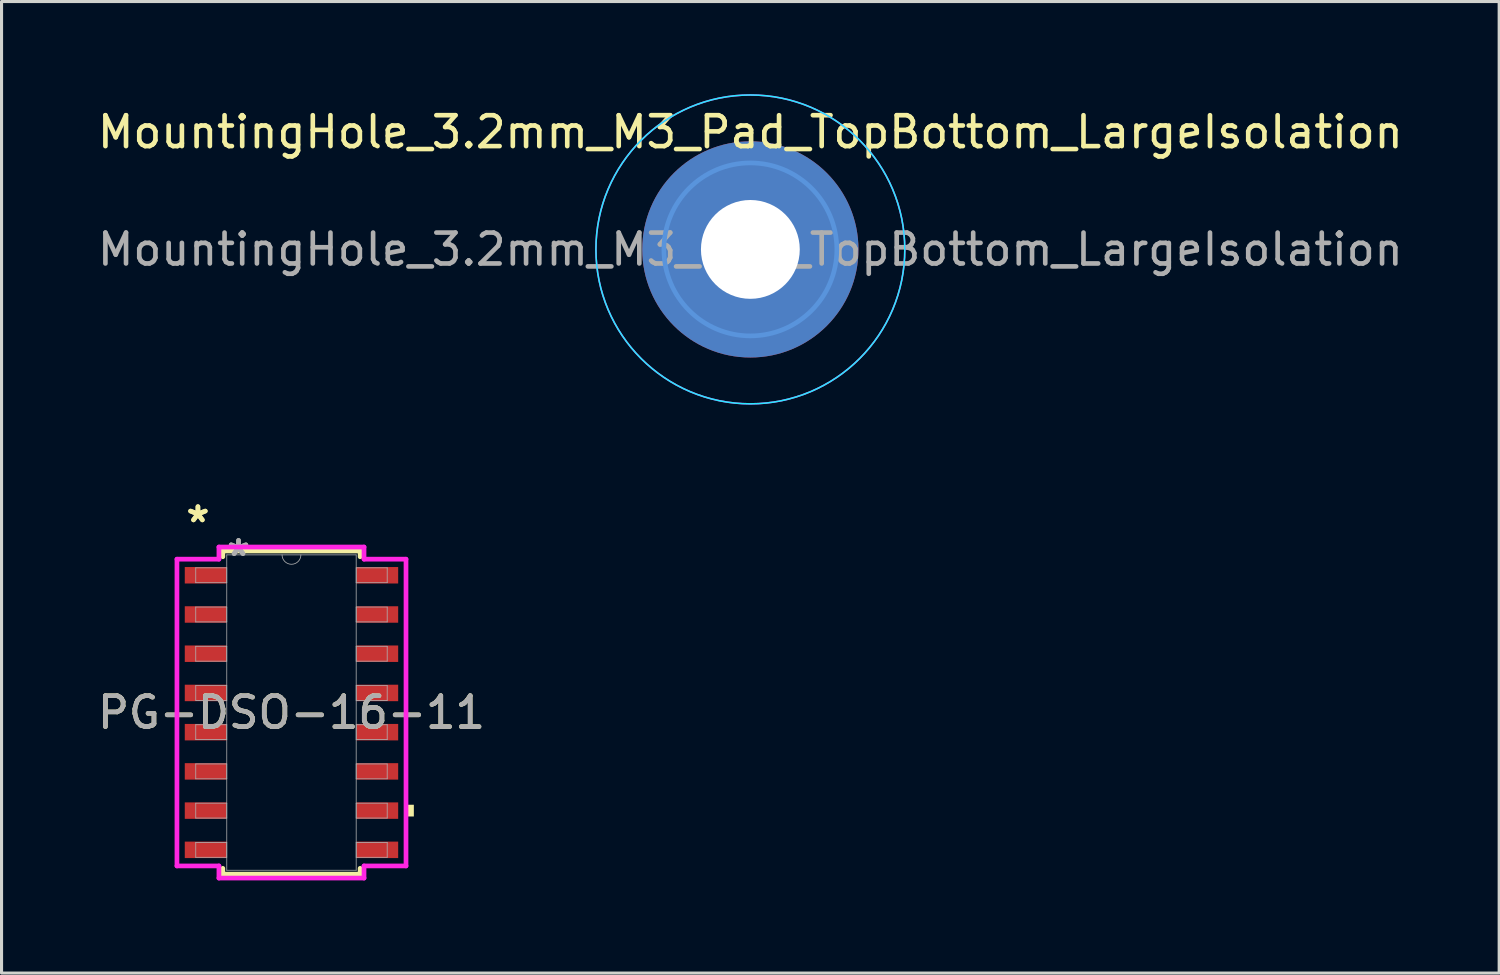
<source format=kicad_pcb>
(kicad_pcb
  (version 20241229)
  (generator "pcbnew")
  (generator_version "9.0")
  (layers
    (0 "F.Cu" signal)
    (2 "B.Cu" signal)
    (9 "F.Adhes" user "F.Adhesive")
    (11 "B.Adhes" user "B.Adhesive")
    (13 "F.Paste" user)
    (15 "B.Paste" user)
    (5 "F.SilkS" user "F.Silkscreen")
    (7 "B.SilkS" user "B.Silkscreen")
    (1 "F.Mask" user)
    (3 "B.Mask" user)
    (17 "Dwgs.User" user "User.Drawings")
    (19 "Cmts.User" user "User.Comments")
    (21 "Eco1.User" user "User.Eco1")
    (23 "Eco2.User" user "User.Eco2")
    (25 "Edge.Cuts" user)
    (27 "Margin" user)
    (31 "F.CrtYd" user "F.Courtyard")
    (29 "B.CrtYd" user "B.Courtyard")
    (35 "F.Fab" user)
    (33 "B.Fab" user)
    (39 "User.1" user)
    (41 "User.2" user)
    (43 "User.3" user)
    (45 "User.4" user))
  (footprint "PG-DSO-16-11"
    (layer "F.Cu")
    (at 6.387 20.02)
    (property "Reference" "PG-DSO-16-11" (at 0 0 0) (unlocked yes) (layer "F.SilkS") (effects (font (size 1 1) (thickness 0.15))))
    (attr smd)
    (fp_line (start -2.223 -5.232) (end -2.223 -5.044) (stroke (width 0.152) (type solid)) (layer "F.SilkS"))
    (fp_line (start -2.223 5.044) (end -2.223 5.232) (stroke (width 0.152) (type solid)) (layer "F.SilkS"))
    (fp_line (start -2.223 5.232) (end 2.223 5.232) (stroke (width 0.152) (type solid)) (layer "F.SilkS"))
    (fp_line (start 2.223 -5.232) (end -2.223 -5.232) (stroke (width 0.152) (type solid)) (layer "F.SilkS"))
    (fp_line (start 2.223 -5.044) (end 2.223 -5.232) (stroke (width 0.152) (type solid)) (layer "F.SilkS"))
    (fp_line (start 2.223 5.232) (end 2.223 5.044) (stroke (width 0.152) (type solid)) (layer "F.SilkS"))
    (fp_poly (pts (xy 3.962 2.985) (xy 3.962 3.365) (xy 3.708 3.365) (xy 3.708 2.985)) (stroke (width 0) (type solid)) (fill yes) (layer "F.SilkS"))
    (fp_line (start -3.708 -4.966) (end -2.349 -4.966) (stroke (width 0.152) (type solid)) (layer "F.CrtYd"))
    (fp_line (start -3.708 4.966) (end -3.708 -4.966) (stroke (width 0.152) (type solid)) (layer "F.CrtYd"))
    (fp_line (start -3.708 4.966) (end -2.349 4.966) (stroke (width 0.152) (type solid)) (layer "F.CrtYd"))
    (fp_line (start -2.349 -5.359) (end 2.349 -5.359) (stroke (width 0.152) (type solid)) (layer "F.CrtYd"))
    (fp_line (start -2.349 -4.966) (end -2.349 -5.359) (stroke (width 0.152) (type solid)) (layer "F.CrtYd"))
    (fp_line (start -2.349 5.359) (end -2.349 4.966) (stroke (width 0.152) (type solid)) (layer "F.CrtYd"))
    (fp_line (start 2.349 -5.359) (end 2.349 -4.966) (stroke (width 0.152) (type solid)) (layer "F.CrtYd"))
    (fp_line (start 2.349 4.966) (end 2.349 5.359) (stroke (width 0.152) (type solid)) (layer "F.CrtYd"))
    (fp_line (start 2.349 5.359) (end -2.349 5.359) (stroke (width 0.152) (type solid)) (layer "F.CrtYd"))
    (fp_line (start 3.708 -4.966) (end 2.349 -4.966) (stroke (width 0.152) (type solid)) (layer "F.CrtYd"))
    (fp_line (start 3.708 -4.966) (end 3.708 4.966) (stroke (width 0.152) (type solid)) (layer "F.CrtYd"))
    (fp_line (start 3.708 4.966) (end 2.349 4.966) (stroke (width 0.152) (type solid)) (layer "F.CrtYd"))
    (fp_line (start -3.099 -4.686) (end -3.099 -4.204) (stroke (width 0.025) (type solid)) (layer "F.Fab"))
    (fp_line (start -3.099 -4.204) (end -2.095 -4.204) (stroke (width 0.025) (type solid)) (layer "F.Fab"))
    (fp_line (start -3.099 -3.416) (end -3.099 -2.934) (stroke (width 0.025) (type solid)) (layer "F.Fab"))
    (fp_line (start -3.099 -2.934) (end -2.095 -2.934) (stroke (width 0.025) (type solid)) (layer "F.Fab"))
    (fp_line (start -3.099 -2.146) (end -3.099 -1.664) (stroke (width 0.025) (type solid)) (layer "F.Fab"))
    (fp_line (start -3.099 -1.664) (end -2.095 -1.664) (stroke (width 0.025) (type solid)) (layer "F.Fab"))
    (fp_line (start -3.099 -0.876) (end -3.099 -0.394) (stroke (width 0.025) (type solid)) (layer "F.Fab"))
    (fp_line (start -3.099 -0.394) (end -2.095 -0.394) (stroke (width 0.025) (type solid)) (layer "F.Fab"))
    (fp_line (start -3.099 0.394) (end -3.099 0.876) (stroke (width 0.025) (type solid)) (layer "F.Fab"))
    (fp_line (start -3.099 0.876) (end -2.095 0.876) (stroke (width 0.025) (type solid)) (layer "F.Fab"))
    (fp_line (start -3.099 1.664) (end -3.099 2.146) (stroke (width 0.025) (type solid)) (layer "F.Fab"))
    (fp_line (start -3.099 2.146) (end -2.095 2.146) (stroke (width 0.025) (type solid)) (layer "F.Fab"))
    (fp_line (start -3.099 2.934) (end -3.099 3.416) (stroke (width 0.025) (type solid)) (layer "F.Fab"))
    (fp_line (start -3.099 3.416) (end -2.095 3.416) (stroke (width 0.025) (type solid)) (layer "F.Fab"))
    (fp_line (start -3.099 4.204) (end -3.099 4.686) (stroke (width 0.025) (type solid)) (layer "F.Fab"))
    (fp_line (start -3.099 4.686) (end -2.095 4.686) (stroke (width 0.025) (type solid)) (layer "F.Fab"))
    (fp_line (start -2.095 -5.105) (end -2.095 5.105) (stroke (width 0.025) (type solid)) (layer "F.Fab"))
    (fp_line (start -2.095 -4.686) (end -3.099 -4.686) (stroke (width 0.025) (type solid)) (layer "F.Fab"))
    (fp_line (start -2.095 -4.204) (end -2.095 -4.686) (stroke (width 0.025) (type solid)) (layer "F.Fab"))
    (fp_line (start -2.095 -3.416) (end -3.099 -3.416) (stroke (width 0.025) (type solid)) (layer "F.Fab"))
    (fp_line (start -2.095 -2.934) (end -2.095 -3.416) (stroke (width 0.025) (type solid)) (layer "F.Fab"))
    (fp_line (start -2.095 -2.146) (end -3.099 -2.146) (stroke (width 0.025) (type solid)) (layer "F.Fab"))
    (fp_line (start -2.095 -1.664) (end -2.095 -2.146) (stroke (width 0.025) (type solid)) (layer "F.Fab"))
    (fp_line (start -2.095 -0.876) (end -3.099 -0.876) (stroke (width 0.025) (type solid)) (layer "F.Fab"))
    (fp_line (start -2.095 -0.394) (end -2.095 -0.876) (stroke (width 0.025) (type solid)) (layer "F.Fab"))
    (fp_line (start -2.095 0.394) (end -3.099 0.394) (stroke (width 0.025) (type solid)) (layer "F.Fab"))
    (fp_line (start -2.095 0.876) (end -2.095 0.394) (stroke (width 0.025) (type solid)) (layer "F.Fab"))
    (fp_line (start -2.095 1.664) (end -3.099 1.664) (stroke (width 0.025) (type solid)) (layer "F.Fab"))
    (fp_line (start -2.095 2.146) (end -2.095 1.664) (stroke (width 0.025) (type solid)) (layer "F.Fab"))
    (fp_line (start -2.095 2.934) (end -3.099 2.934) (stroke (width 0.025) (type solid)) (layer "F.Fab"))
    (fp_line (start -2.095 3.416) (end -2.095 2.934) (stroke (width 0.025) (type solid)) (layer "F.Fab"))
    (fp_line (start -2.095 4.204) (end -3.099 4.204) (stroke (width 0.025) (type solid)) (layer "F.Fab"))
    (fp_line (start -2.095 4.686) (end -2.095 4.204) (stroke (width 0.025) (type solid)) (layer "F.Fab"))
    (fp_line (start -2.095 5.105) (end 2.095 5.105) (stroke (width 0.025) (type solid)) (layer "F.Fab"))
    (fp_line (start 2.095 -5.105) (end -2.095 -5.105) (stroke (width 0.025) (type solid)) (layer "F.Fab"))
    (fp_line (start 2.095 -4.686) (end 2.095 -4.204) (stroke (width 0.025) (type solid)) (layer "F.Fab"))
    (fp_line (start 2.095 -4.204) (end 3.099 -4.204) (stroke (width 0.025) (type solid)) (layer "F.Fab"))
    (fp_line (start 2.095 -3.416) (end 2.095 -2.934) (stroke (width 0.025) (type solid)) (layer "F.Fab"))
    (fp_line (start 2.095 -2.934) (end 3.099 -2.934) (stroke (width 0.025) (type solid)) (layer "F.Fab"))
    (fp_line (start 2.095 -2.146) (end 2.095 -1.664) (stroke (width 0.025) (type solid)) (layer "F.Fab"))
    (fp_line (start 2.095 -1.664) (end 3.099 -1.664) (stroke (width 0.025) (type solid)) (layer "F.Fab"))
    (fp_line (start 2.095 -0.876) (end 2.095 -0.394) (stroke (width 0.025) (type solid)) (layer "F.Fab"))
    (fp_line (start 2.095 -0.394) (end 3.099 -0.394) (stroke (width 0.025) (type solid)) (layer "F.Fab"))
    (fp_line (start 2.095 0.394) (end 2.095 0.876) (stroke (width 0.025) (type solid)) (layer "F.Fab"))
    (fp_line (start 2.095 0.876) (end 3.099 0.876) (stroke (width 0.025) (type solid)) (layer "F.Fab"))
    (fp_line (start 2.095 1.664) (end 2.095 2.146) (stroke (width 0.025) (type solid)) (layer "F.Fab"))
    (fp_line (start 2.095 2.146) (end 3.099 2.146) (stroke (width 0.025) (type solid)) (layer "F.Fab"))
    (fp_line (start 2.095 2.934) (end 2.095 3.416) (stroke (width 0.025) (type solid)) (layer "F.Fab"))
    (fp_line (start 2.095 3.416) (end 3.099 3.416) (stroke (width 0.025) (type solid)) (layer "F.Fab"))
    (fp_line (start 2.095 4.204) (end 2.095 4.686) (stroke (width 0.025) (type solid)) (layer "F.Fab"))
    (fp_line (start 2.095 4.686) (end 3.099 4.686) (stroke (width 0.025) (type solid)) (layer "F.Fab"))
    (fp_line (start 2.095 5.105) (end 2.095 -5.105) (stroke (width 0.025) (type solid)) (layer "F.Fab"))
    (fp_line (start 3.099 -4.686) (end 2.095 -4.686) (stroke (width 0.025) (type solid)) (layer "F.Fab"))
    (fp_line (start 3.099 -4.204) (end 3.099 -4.686) (stroke (width 0.025) (type solid)) (layer "F.Fab"))
    (fp_line (start 3.099 -3.416) (end 2.095 -3.416) (stroke (width 0.025) (type solid)) (layer "F.Fab"))
    (fp_line (start 3.099 -2.934) (end 3.099 -3.416) (stroke (width 0.025) (type solid)) (layer "F.Fab"))
    (fp_line (start 3.099 -2.146) (end 2.095 -2.146) (stroke (width 0.025) (type solid)) (layer "F.Fab"))
    (fp_line (start 3.099 -1.664) (end 3.099 -2.146) (stroke (width 0.025) (type solid)) (layer "F.Fab"))
    (fp_line (start 3.099 -0.876) (end 2.095 -0.876) (stroke (width 0.025) (type solid)) (layer "F.Fab"))
    (fp_line (start 3.099 -0.394) (end 3.099 -0.876) (stroke (width 0.025) (type solid)) (layer "F.Fab"))
    (fp_line (start 3.099 0.394) (end 2.095 0.394) (stroke (width 0.025) (type solid)) (layer "F.Fab"))
    (fp_line (start 3.099 0.876) (end 3.099 0.394) (stroke (width 0.025) (type solid)) (layer "F.Fab"))
    (fp_line (start 3.099 1.664) (end 2.095 1.664) (stroke (width 0.025) (type solid)) (layer "F.Fab"))
    (fp_line (start 3.099 2.146) (end 3.099 1.664) (stroke (width 0.025) (type solid)) (layer "F.Fab"))
    (fp_line (start 3.099 2.934) (end 2.095 2.934) (stroke (width 0.025) (type solid)) (layer "F.Fab"))
    (fp_line (start 3.099 3.416) (end 3.099 2.934) (stroke (width 0.025) (type solid)) (layer "F.Fab"))
    (fp_line (start 3.099 4.204) (end 2.095 4.204) (stroke (width 0.025) (type solid)) (layer "F.Fab"))
    (fp_line (start 3.099 4.686) (end 3.099 4.204) (stroke (width 0.025) (type solid)) (layer "F.Fab"))
    (fp_arc (start 0.3048 -5.1054) (mid 0 -4.8006) (end -0.3048 -5.1054) (stroke (width 0.0254) (type solid)) (layer "F.Fab"))
    (fp_text user "*" (at -3.029 -6.121 0) (unlocked yes) (layer "F.SilkS") (effects (font (size 1 1) (thickness 0.15))))
    (fp_text user "*" (at -3.029 -6.121 0) (layer "F.SilkS") (effects (font (size 1 1) (thickness 0.15))))
    (fp_text user "*" (at -1.714 -5.029 0) (layer "F.Fab") (effects (font (size 1 1) (thickness 0.15))))
    (fp_text user "*" (at -1.714 -5.029 0) (unlocked yes) (layer "F.Fab") (effects (font (size 1 1) (thickness 0.15))))
    (fp_text user "${REFERENCE}" (at 0 0 0) (unlocked yes) (layer "F.Fab") (effects (font (size 1 1) (thickness 0.15))))
    (pad "1" smd rect (at -2.775 -4.445) (size 1.359 0.533) (layers "F.Cu" "F.Mask" "F.Paste"))
    (pad "2" smd rect (at -2.775 -3.175) (size 1.359 0.533) (layers "F.Cu" "F.Mask" "F.Paste"))
    (pad "3" smd rect (at -2.775 -1.905) (size 1.359 0.533) (layers "F.Cu" "F.Mask" "F.Paste"))
    (pad "4" smd rect (at -2.775 -0.635) (size 1.359 0.533) (layers "F.Cu" "F.Mask" "F.Paste"))
    (pad "5" smd rect (at -2.775 0.635) (size 1.359 0.533) (layers "F.Cu" "F.Mask" "F.Paste"))
    (pad "6" smd rect (at -2.775 1.905) (size 1.359 0.533) (layers "F.Cu" "F.Mask" "F.Paste"))
    (pad "7" smd rect (at -2.775 3.175) (size 1.359 0.533) (layers "F.Cu" "F.Mask" "F.Paste"))
    (pad "8" smd rect (at -2.775 4.445) (size 1.359 0.533) (layers "F.Cu" "F.Mask" "F.Paste"))
    (pad "9" smd rect (at 2.775 4.445) (size 1.359 0.533) (layers "F.Cu" "F.Mask" "F.Paste"))
    (pad "10" smd rect (at 2.775 3.175) (size 1.359 0.533) (layers "F.Cu" "F.Mask" "F.Paste"))
    (pad "11" smd rect (at 2.775 1.905) (size 1.359 0.533) (layers "F.Cu" "F.Mask" "F.Paste"))
    (pad "12" smd rect (at 2.775 0.635) (size 1.359 0.533) (layers "F.Cu" "F.Mask" "F.Paste"))
    (pad "13" smd rect (at 2.775 -0.635) (size 1.359 0.533) (layers "F.Cu" "F.Mask" "F.Paste"))
    (pad "14" smd rect (at 2.775 -1.905) (size 1.359 0.533) (layers "F.Cu" "F.Mask" "F.Paste"))
    (pad "15" smd rect (at 2.775 -3.175) (size 1.359 0.533) (layers "F.Cu" "F.Mask" "F.Paste"))
    (pad "16" smd rect (at 2.775 -4.445) (size 1.359 0.533) (layers "F.Cu" "F.Mask" "F.Paste")))
  (footprint "MountingHole_3.2mm_M3_Pad_TopBottom_LargeIsolation"
    (layer "F.Cu")
    (at 21.244 5.025)
    (property "Reference" "MountingHole_3.2mm_M3_Pad_TopBottom_LargeIsolation" (at 0 -3.8 0) (layer "F.SilkS") (effects (font (size 1 1) (thickness 0.15))))
    (attr exclude_from_pos_files)
    (fp_circle (center 0 0) (end 2.8 0) (stroke (width 0.15) (type solid)) (fill no) (layer "Cmts.User"))
    (fp_circle (center 0 0) (end 5 0) (stroke (width 0.05) (type solid)) (fill no) (layer "B.CrtYd"))
    (fp_circle (center 0 0) (end 5 0) (stroke (width 0.05) (type solid)) (fill no) (layer "F.CrtYd"))
    (fp_text user "${REFERENCE}" (at 0 0 0) (layer "F.Fab") (effects (font (size 1 1) (thickness 0.15))))
    (pad "1" connect circle (at 0 0) (size 5.6 5.6) (layers "F.Cu" "F.Mask"))
    (pad "1" connect circle (at 0 0) (size 5.6 5.6) (layers "B.Cu" "B.Mask"))
    (pad "1" thru_hole circle (at 0 0) (size 7 7) (drill 3.2) (layers "*.Cu" "*.Mask")))
  (gr_rect
    (start -3 -3)
    (end 45.488 28.455)
    (stroke (width 0.1) (type default))
    (fill no)
    (layer "Edge.Cuts")))
</source>
